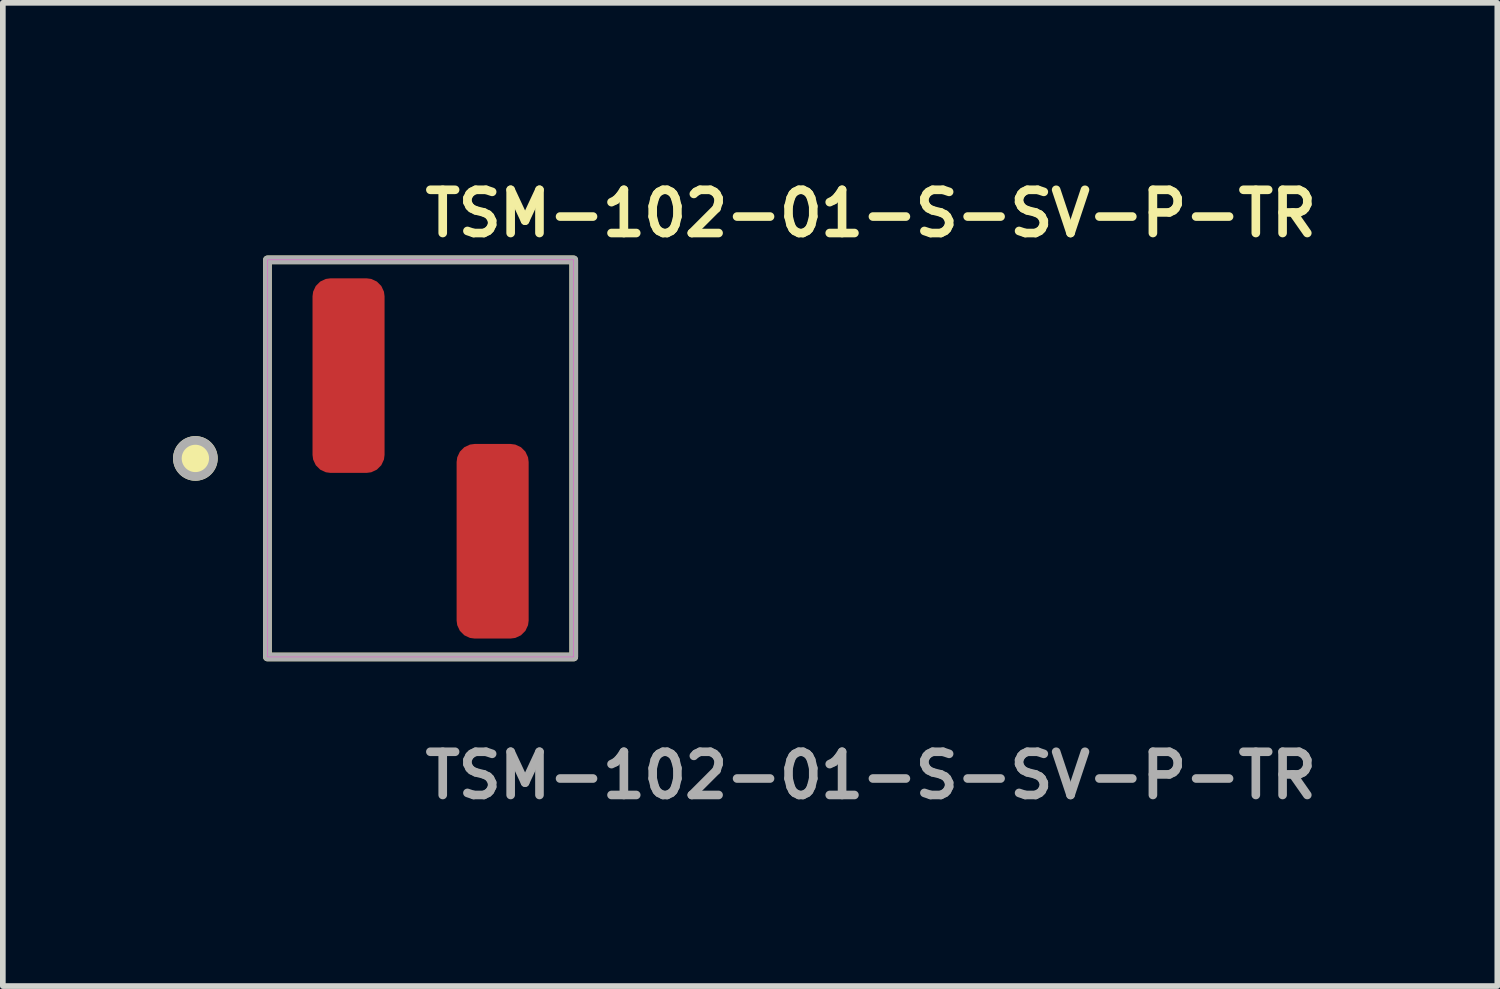
<source format=kicad_pcb>
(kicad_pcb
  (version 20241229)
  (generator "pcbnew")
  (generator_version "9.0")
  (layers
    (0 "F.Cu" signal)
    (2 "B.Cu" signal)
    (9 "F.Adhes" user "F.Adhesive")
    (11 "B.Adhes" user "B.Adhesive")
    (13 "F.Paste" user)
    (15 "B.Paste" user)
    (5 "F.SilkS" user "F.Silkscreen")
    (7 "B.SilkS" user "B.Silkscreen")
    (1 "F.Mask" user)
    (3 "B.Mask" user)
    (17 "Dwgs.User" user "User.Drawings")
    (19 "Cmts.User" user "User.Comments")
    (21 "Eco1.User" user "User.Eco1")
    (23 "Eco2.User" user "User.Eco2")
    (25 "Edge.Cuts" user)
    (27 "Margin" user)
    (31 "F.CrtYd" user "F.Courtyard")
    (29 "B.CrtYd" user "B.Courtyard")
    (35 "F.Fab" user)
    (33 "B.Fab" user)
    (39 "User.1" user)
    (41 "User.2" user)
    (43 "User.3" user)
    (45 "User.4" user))
  (footprint "TSM-102-01-S-SV-P-TR"
    (layer "F.Cu")
    (at 4.364 5.031)
    (property "Reference" "TSM-102-01-S-SV-P-TR" (at 0 -4.318 0) (unlocked yes) (layer "F.SilkS") (effects (font (size 0.762 0.762) (thickness 0.152)) (justify left)))
    (fp_rect (start -2.7 3.5) (end 2.7 -3.5) (stroke (width 0.152) (type solid)) (fill no) (layer "F.SilkS"))
    (fp_circle (center -3.97 0) (end -4.287 0) (stroke (width 0.152) (type solid)) (fill yes) (layer "F.SilkS"))
    (fp_rect (start -2.7 3.5) (end 2.7 -3.5) (stroke (width 0.006) (type solid)) (fill no) (layer "F.CrtYd"))
    (fp_rect (start -2.7 3.5) (end 2.7 -3.5) (stroke (width 0.152) (type solid)) (fill no) (layer "F.Fab"))
    (fp_circle (center -3.97 0) (end -4.287 0) (stroke (width 0.152) (type solid)) (fill no) (layer "F.Fab"))
    (fp_text user "${REFERENCE}" (at 0 5.588 0) (unlocked yes) (layer "F.Fab") (effects (font (size 0.762 0.762) (thickness 0.152)) (justify left)))
    (pad "1" smd roundrect (at -1.27 -1.46) (size 1.27 3.43) (layers "F.Cu" "F.Paste") (roundrect_rratio 0.25))
    (pad "2" smd roundrect (at 1.27 1.46) (size 1.27 3.43) (layers "F.Cu" "F.Paste") (roundrect_rratio 0.25)))
  (gr_rect
    (start -3 -3)
    (end 23.344 14.332)
    (stroke (width 0.1) (type default))
    (fill no)
    (layer "Edge.Cuts")))
</source>
